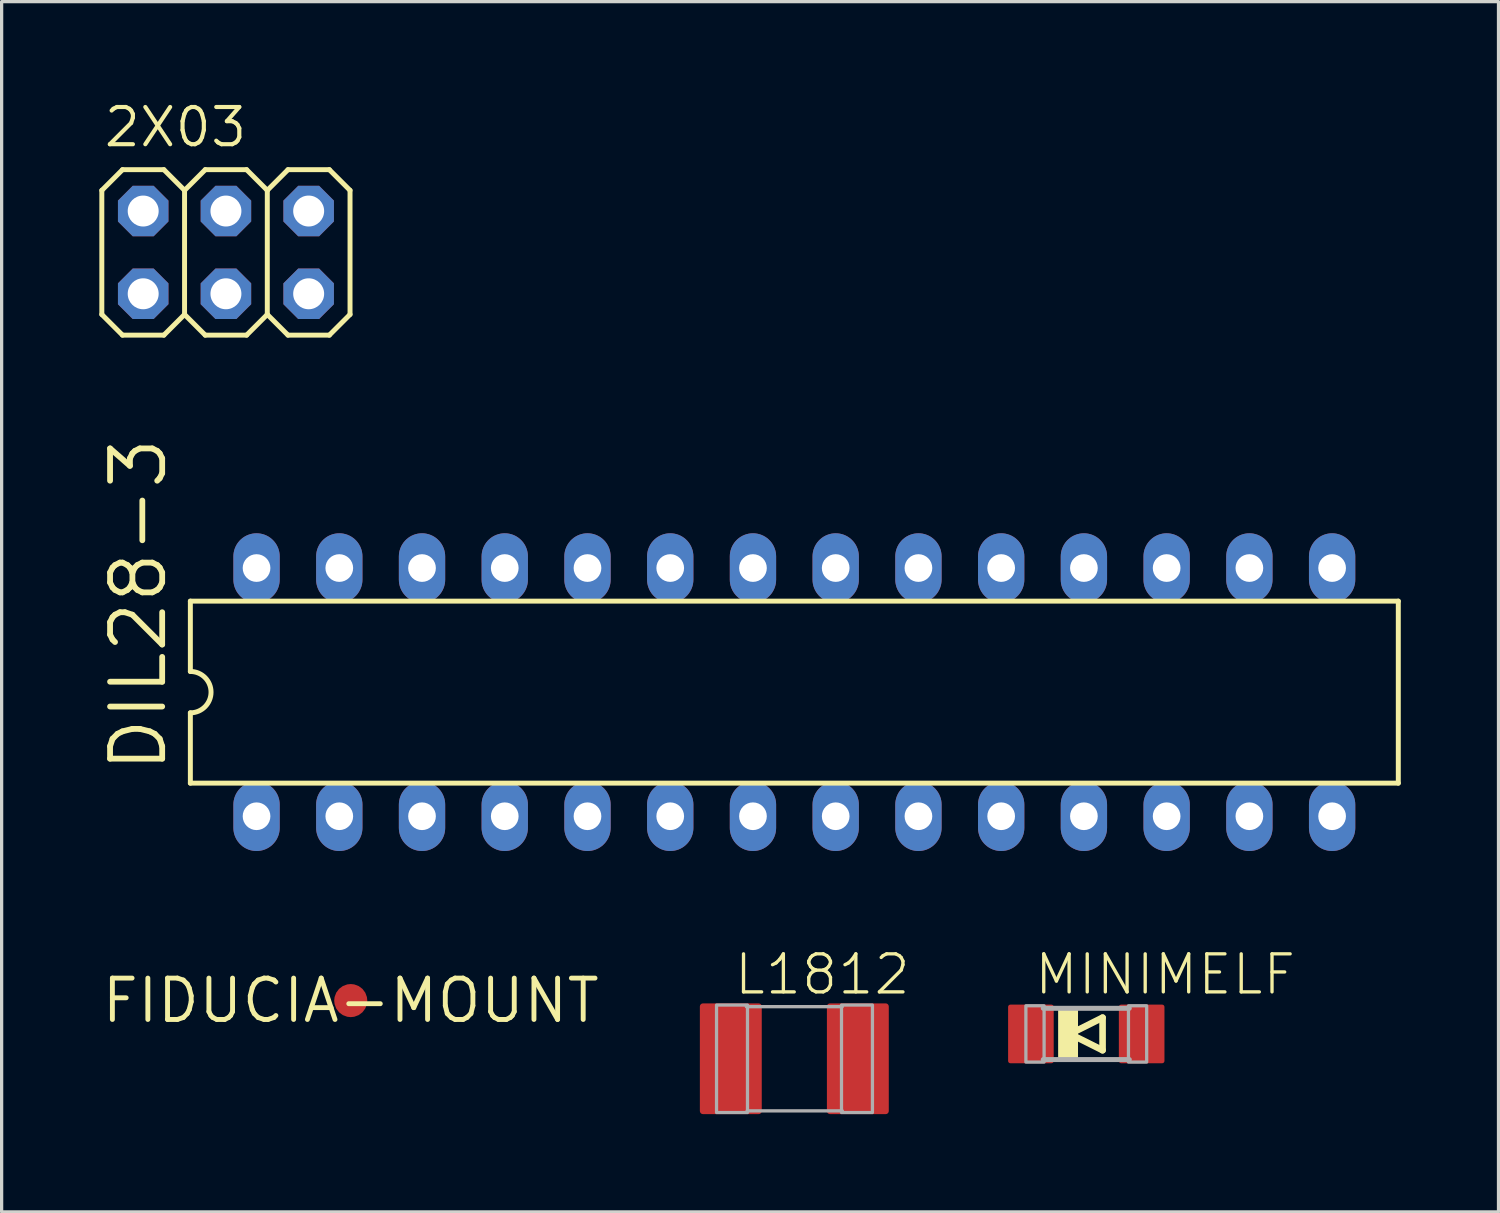
<source format=kicad_pcb>
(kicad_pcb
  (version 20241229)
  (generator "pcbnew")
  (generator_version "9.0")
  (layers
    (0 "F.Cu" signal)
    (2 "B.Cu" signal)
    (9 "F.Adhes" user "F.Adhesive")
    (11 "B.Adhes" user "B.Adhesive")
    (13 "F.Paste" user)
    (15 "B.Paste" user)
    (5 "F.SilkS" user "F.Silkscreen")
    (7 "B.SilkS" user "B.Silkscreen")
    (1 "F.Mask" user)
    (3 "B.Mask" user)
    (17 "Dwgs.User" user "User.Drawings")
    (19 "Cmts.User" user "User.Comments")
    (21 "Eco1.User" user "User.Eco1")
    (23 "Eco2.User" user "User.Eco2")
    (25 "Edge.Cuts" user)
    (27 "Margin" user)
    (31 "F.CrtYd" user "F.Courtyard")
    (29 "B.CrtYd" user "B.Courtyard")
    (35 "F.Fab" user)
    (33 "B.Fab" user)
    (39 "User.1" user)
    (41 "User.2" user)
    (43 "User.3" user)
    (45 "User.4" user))
  (footprint "FIDUCIA-MOUNT"
    (layer "F.Cu")
    (at 7.718 27.668)
    (property "Reference" "FIDUCIA-MOUNT" (at 0 0 0) (layer "F.SilkS") (effects (font (size 1.27 1.27) (thickness 0.15))))
    (fp_circle (center 0 0) (end 0.5 0) (stroke (width 2.184) (type solid)) (fill no) (layer "F.Mask"))
    (pad "P$1" smd roundrect (at 0 0) (size 1.016 1.016) (layers "F.Cu" "F.Mask" "F.Paste") (roundrect_rratio 0.5))
    (zone (net_name "") (layer "F.Cu") (hatch edge 0.5) (connect_pads) (min_thickness 0.25) (filled_areas_thickness no) (keepout (tracks not_allowed) (vias not_allowed) (pads not_allowed) (copperpour not_allowed) (footprints allowed)) (placement (enabled no)) (fill) (polygon (pts (xy 9.281 27.668) (xy 9.261 27.418) (xy 9.201 27.173) (xy 9.102 26.942) (xy 8.968 26.729) (xy 8.801 26.541) (xy 8.606 26.382) (xy 8.388 26.256) (xy 8.153 26.167) (xy 7.906 26.116) (xy 7.655 26.106) (xy 7.405 26.136) (xy 7.164 26.206) (xy 6.936 26.314) (xy 6.729 26.457) (xy 6.548 26.632) (xy 6.397 26.833) (xy 6.28 27.056) (xy 6.2 27.294) (xy 6.16 27.543) (xy 6.16 27.794) (xy 6.2 28.043) (xy 6.28 28.281) (xy 6.397 28.504) (xy 6.548 28.705) (xy 6.729 28.879) (xy 6.936 29.022) (xy 7.164 29.13) (xy 7.405 29.2) (xy 7.655 29.231) (xy 7.906 29.22) (xy 8.153 29.17) (xy 8.388 29.081) (xy 8.606 28.955) (xy 8.801 28.796) (xy 8.968 28.608) (xy 9.102 28.395) (xy 9.201 28.163) (xy 9.261 27.919))) (polygon (pts (xy 9.154 27.668) (xy 9.135 27.432) (xy 9.077 27.202) (xy 8.981 26.985) (xy 8.852 26.786) (xy 8.691 26.611) (xy 8.504 26.466) (xy 8.295 26.353) (xy 8.071 26.276) (xy 7.837 26.237) (xy 7.599 26.237) (xy 7.365 26.276) (xy 7.141 26.353) (xy 6.932 26.466) (xy 6.745 26.611) (xy 6.584 26.786) (xy 6.455 26.985) (xy 6.359 27.202) (xy 6.301 27.432) (xy 6.281 27.668) (xy 6.301 27.905) (xy 6.359 28.135) (xy 6.455 28.352) (xy 6.584 28.551) (xy 6.745 28.725) (xy 6.932 28.871) (xy 7.141 28.984) (xy 7.365 29.061) (xy 7.599 29.1) (xy 7.837 29.1) (xy 8.071 29.061) (xy 8.295 28.984) (xy 8.504 28.871) (xy 8.691 28.725) (xy 8.852 28.551) (xy 8.981 28.352) (xy 9.077 28.135) (xy 9.135 27.905)))))
  (footprint "MINIMELF"
    (layer "F.Cu")
    (at 30.299 28.692)
    (property "Reference" "MINIMELF" (at -1.651 -1.143 0) (unlocked yes) (layer "F.SilkS") (effects (font (size 1.168 1.168) (thickness 0.102)) (justify left bottom)))
    (fp_line (start -0.5 0) (end 0.5 0.5) (stroke (width 0.203) (type solid)) (layer "F.SilkS"))
    (fp_line (start 0.5 -0.5) (end -0.5 0) (stroke (width 0.203) (type solid)) (layer "F.SilkS"))
    (fp_line (start 0.5 0.5) (end 0.5 -0.5) (stroke (width 0.203) (type solid)) (layer "F.SilkS"))
    (fp_poly (pts (xy -0.864 0.787) (xy -0.254 0.787) (xy -0.254 -0.787) (xy -0.864 -0.787)) (stroke (width 0) (type default)) (fill yes) (layer "F.SilkS"))
    (fp_line (start 1.321 -0.787) (end -1.321 -0.787) (stroke (width 0.152) (type solid)) (layer "F.Fab"))
    (fp_line (start 1.321 0.787) (end -1.321 0.787) (stroke (width 0.152) (type solid)) (layer "F.Fab"))
    (fp_poly (pts (xy -1.854 0.864) (xy -1.295 0.864) (xy -1.295 -0.864) (xy -1.854 -0.864)) (stroke (width 0.1) (type default)) (fill no) (layer "F.Fab"))
    (fp_poly (pts (xy 1.295 0.864) (xy 1.854 0.864) (xy 1.854 -0.864) (xy 1.295 -0.864)) (stroke (width 0.1) (type default)) (fill no) (layer "F.Fab"))
    (pad "A" smd roundrect (at 1.7 0) (size 1.4 1.8) (layers "F.Cu" "F.Mask" "F.Paste") (roundrect_rratio 0.05))
    (pad "C" smd roundrect (at -1.7 0) (size 1.4 1.8) (layers "F.Cu" "F.Mask" "F.Paste") (roundrect_rratio 0.05)))
  (footprint "L1812"
    (layer "F.Cu")
    (at 21.336 29.454)
    (property "Reference" "L1812" (at -1.905 -1.905 0) (unlocked yes) (layer "F.SilkS") (effects (font (size 1.168 1.168) (thickness 0.102)) (justify left bottom)))
    (fp_line (start -1.473 -1.6) (end 1.473 -1.6) (stroke (width 0.102) (type solid)) (layer "F.Fab"))
    (fp_line (start -1.448 1.6) (end 1.473 1.6) (stroke (width 0.102) (type solid)) (layer "F.Fab"))
    (fp_poly (pts (xy -2.388 1.651) (xy -1.438 1.651) (xy -1.438 -1.649) (xy -2.388 -1.649)) (stroke (width 0.1) (type default)) (fill no) (layer "F.Fab"))
    (fp_poly (pts (xy 1.448 1.651) (xy 2.398 1.651) (xy 2.398 -1.649) (xy 1.448 -1.649)) (stroke (width 0.1) (type default)) (fill no) (layer "F.Fab"))
    (pad "1" smd roundrect (at -1.95 0) (size 1.9 3.4) (layers "F.Cu" "F.Mask" "F.Paste") (roundrect_rratio 0.05))
    (pad "2" smd roundrect (at 1.95 0) (size 1.9 3.4) (layers "F.Cu" "F.Mask" "F.Paste") (roundrect_rratio 0.05)))
  (footprint "DIL28-3"
    (layer "F.Cu")
    (at 21.336 18.199)
    (property "Reference" "DIL28-3" (at -19.202 2.54 90) (unlocked yes) (layer "F.SilkS") (effects (font (size 1.6 1.6) (thickness 0.178)) (justify left bottom)))
    (fp_line (start -18.542 -2.794) (end -18.542 -0.635) (stroke (width 0.152) (type solid)) (layer "F.SilkS"))
    (fp_line (start -18.542 -2.794) (end 18.542 -2.794) (stroke (width 0.152) (type solid)) (layer "F.SilkS"))
    (fp_line (start -18.542 0.635) (end -18.542 2.794) (stroke (width 0.152) (type solid)) (layer "F.SilkS"))
    (fp_line (start -18.542 2.794) (end 18.542 2.794) (stroke (width 0.152) (type solid)) (layer "F.SilkS"))
    (fp_line (start 18.542 -2.794) (end 18.542 2.794) (stroke (width 0.152) (type solid)) (layer "F.SilkS"))
    (fp_arc (start -18.542 -0.635) (mid -17.907 0) (end -18.542 0.635) (stroke (width 0.1524) (type solid)) (layer "F.SilkS"))
    (pad "1" thru_hole oval (at -16.51 3.81 90) (size 2.134 1.422) (drill 0.85) (layers "*.Cu" "*.Mask"))
    (pad "2" thru_hole oval (at -13.97 3.81 90) (size 2.134 1.422) (drill 0.85) (layers "*.Cu" "*.Mask"))
    (pad "3" thru_hole oval (at -11.43 3.81 90) (size 2.134 1.422) (drill 0.85) (layers "*.Cu" "*.Mask"))
    (pad "4" thru_hole oval (at -8.89 3.81 90) (size 2.134 1.422) (drill 0.85) (layers "*.Cu" "*.Mask"))
    (pad "5" thru_hole oval (at -6.35 3.81 90) (size 2.134 1.422) (drill 0.85) (layers "*.Cu" "*.Mask"))
    (pad "6" thru_hole oval (at -3.81 3.81 90) (size 2.134 1.422) (drill 0.85) (layers "*.Cu" "*.Mask"))
    (pad "7" thru_hole oval (at -1.27 3.81 90) (size 2.134 1.422) (drill 0.85) (layers "*.Cu" "*.Mask"))
    (pad "8" thru_hole oval (at 1.27 3.81 90) (size 2.134 1.422) (drill 0.85) (layers "*.Cu" "*.Mask"))
    (pad "9" thru_hole oval (at 3.81 3.81 90) (size 2.134 1.422) (drill 0.85) (layers "*.Cu" "*.Mask"))
    (pad "10" thru_hole oval (at 6.35 3.81 90) (size 2.134 1.422) (drill 0.85) (layers "*.Cu" "*.Mask"))
    (pad "11" thru_hole oval (at 8.89 3.81 90) (size 2.134 1.422) (drill 0.85) (layers "*.Cu" "*.Mask"))
    (pad "12" thru_hole oval (at 11.43 3.81 90) (size 2.134 1.422) (drill 0.85) (layers "*.Cu" "*.Mask"))
    (pad "13" thru_hole oval (at 13.97 3.81 90) (size 2.134 1.422) (drill 0.85) (layers "*.Cu" "*.Mask"))
    (pad "14" thru_hole oval (at 16.51 3.81 90) (size 2.134 1.422) (drill 0.85) (layers "*.Cu" "*.Mask"))
    (pad "15" thru_hole oval (at 16.51 -3.81 90) (size 2.134 1.422) (drill 0.85) (layers "*.Cu" "*.Mask"))
    (pad "16" thru_hole oval (at 13.97 -3.81 90) (size 2.134 1.422) (drill 0.85) (layers "*.Cu" "*.Mask"))
    (pad "17" thru_hole oval (at 11.43 -3.81 90) (size 2.134 1.422) (drill 0.85) (layers "*.Cu" "*.Mask"))
    (pad "18" thru_hole oval (at 8.89 -3.81 90) (size 2.134 1.422) (drill 0.85) (layers "*.Cu" "*.Mask"))
    (pad "19" thru_hole oval (at 6.35 -3.81 90) (size 2.134 1.422) (drill 0.85) (layers "*.Cu" "*.Mask"))
    (pad "20" thru_hole oval (at 3.81 -3.81 90) (size 2.134 1.422) (drill 0.85) (layers "*.Cu" "*.Mask"))
    (pad "21" thru_hole oval (at 1.27 -3.81 90) (size 2.134 1.422) (drill 0.85) (layers "*.Cu" "*.Mask"))
    (pad "22" thru_hole oval (at -1.27 -3.81 90) (size 2.134 1.422) (drill 0.85) (layers "*.Cu" "*.Mask"))
    (pad "23" thru_hole oval (at -3.81 -3.81 90) (size 2.134 1.422) (drill 0.85) (layers "*.Cu" "*.Mask"))
    (pad "24" thru_hole oval (at -6.35 -3.81 90) (size 2.134 1.422) (drill 0.85) (layers "*.Cu" "*.Mask"))
    (pad "25" thru_hole oval (at -8.89 -3.81 90) (size 2.134 1.422) (drill 0.85) (layers "*.Cu" "*.Mask"))
    (pad "26" thru_hole oval (at -11.43 -3.81 90) (size 2.134 1.422) (drill 0.85) (layers "*.Cu" "*.Mask"))
    (pad "27" thru_hole oval (at -13.97 -3.81 90) (size 2.134 1.422) (drill 0.85) (layers "*.Cu" "*.Mask"))
    (pad "28" thru_hole oval (at -16.51 -3.81 90) (size 2.134 1.422) (drill 0.85) (layers "*.Cu" "*.Mask")))
  (footprint "2X03"
    (layer "F.Cu")
    (at 3.886 4.699)
    (property "Reference" "2X03" (at -3.81 -3.175 0) (unlocked yes) (layer "F.SilkS") (effects (font (size 1.143 1.143) (thickness 0.127)) (justify left bottom)))
    (fp_line (start -3.81 -1.905) (end -3.175 -2.54) (stroke (width 0.152) (type solid)) (layer "F.SilkS"))
    (fp_line (start -3.81 1.905) (end -3.81 -1.905) (stroke (width 0.152) (type solid)) (layer "F.SilkS"))
    (fp_line (start -3.81 1.905) (end -3.175 2.54) (stroke (width 0.152) (type solid)) (layer "F.SilkS"))
    (fp_line (start -3.175 -2.54) (end -1.905 -2.54) (stroke (width 0.152) (type solid)) (layer "F.SilkS"))
    (fp_line (start -3.175 2.54) (end -1.905 2.54) (stroke (width 0.152) (type solid)) (layer "F.SilkS"))
    (fp_line (start -1.905 -2.54) (end -1.27 -1.905) (stroke (width 0.152) (type solid)) (layer "F.SilkS"))
    (fp_line (start -1.905 2.54) (end -1.27 1.905) (stroke (width 0.152) (type solid)) (layer "F.SilkS"))
    (fp_line (start -1.27 -1.905) (end -1.27 1.905) (stroke (width 0.152) (type solid)) (layer "F.SilkS"))
    (fp_line (start -1.27 -1.905) (end -0.635 -2.54) (stroke (width 0.152) (type solid)) (layer "F.SilkS"))
    (fp_line (start -1.27 1.905) (end -0.635 2.54) (stroke (width 0.152) (type solid)) (layer "F.SilkS"))
    (fp_line (start -0.635 -2.54) (end 0.635 -2.54) (stroke (width 0.152) (type solid)) (layer "F.SilkS"))
    (fp_line (start -0.635 2.54) (end 0.635 2.54) (stroke (width 0.152) (type solid)) (layer "F.SilkS"))
    (fp_line (start 0.635 -2.54) (end 1.27 -1.905) (stroke (width 0.152) (type solid)) (layer "F.SilkS"))
    (fp_line (start 0.635 2.54) (end 1.27 1.905) (stroke (width 0.152) (type solid)) (layer "F.SilkS"))
    (fp_line (start 1.27 -1.905) (end 1.27 1.905) (stroke (width 0.152) (type solid)) (layer "F.SilkS"))
    (fp_line (start 1.27 -1.905) (end 1.905 -2.54) (stroke (width 0.152) (type solid)) (layer "F.SilkS"))
    (fp_line (start 1.27 1.905) (end 1.905 2.54) (stroke (width 0.152) (type solid)) (layer "F.SilkS"))
    (fp_line (start 1.905 -2.54) (end 3.175 -2.54) (stroke (width 0.152) (type solid)) (layer "F.SilkS"))
    (fp_line (start 1.905 2.54) (end 3.175 2.54) (stroke (width 0.152) (type solid)) (layer "F.SilkS"))
    (fp_line (start 3.175 -2.54) (end 3.81 -1.905) (stroke (width 0.152) (type solid)) (layer "F.SilkS"))
    (fp_line (start 3.175 2.54) (end 3.81 1.905) (stroke (width 0.152) (type solid)) (layer "F.SilkS"))
    (fp_line (start 3.81 -1.905) (end 3.81 1.905) (stroke (width 0.152) (type solid)) (layer "F.SilkS"))
    (fp_poly (pts (xy -2.794 -1.016) (xy -2.286 -1.016) (xy -2.286 -1.524) (xy -2.794 -1.524)) (stroke (width 0.1) (type default)) (fill no) (layer "F.Fab"))
    (fp_poly (pts (xy -2.794 1.524) (xy -2.286 1.524) (xy -2.286 1.016) (xy -2.794 1.016)) (stroke (width 0.1) (type default)) (fill no) (layer "F.Fab"))
    (fp_poly (pts (xy -0.254 -1.016) (xy 0.254 -1.016) (xy 0.254 -1.524) (xy -0.254 -1.524)) (stroke (width 0.1) (type default)) (fill no) (layer "F.Fab"))
    (fp_poly (pts (xy -0.254 1.524) (xy 0.254 1.524) (xy 0.254 1.016) (xy -0.254 1.016)) (stroke (width 0.1) (type default)) (fill no) (layer "F.Fab"))
    (fp_poly (pts (xy 2.286 -1.016) (xy 2.794 -1.016) (xy 2.794 -1.524) (xy 2.286 -1.524)) (stroke (width 0.1) (type default)) (fill no) (layer "F.Fab"))
    (fp_poly (pts (xy 2.286 1.524) (xy 2.794 1.524) (xy 2.794 1.016) (xy 2.286 1.016)) (stroke (width 0.1) (type default)) (fill no) (layer "F.Fab"))
    (pad "1" thru_hole roundrect (at -2.54 1.27) (size 1.55 1.55) (drill 0.95) (layers "*.Cu" "*.Mask") (roundrect_rratio 0.25) (chamfer_ratio 0.293) (chamfer top_left top_right bottom_left bottom_right))
    (pad "2" thru_hole roundrect (at -2.54 -1.27) (size 1.55 1.55) (drill 0.95) (layers "*.Cu" "*.Mask") (roundrect_rratio 0.25) (chamfer_ratio 0.293) (chamfer top_left top_right bottom_left bottom_right))
    (pad "3" thru_hole roundrect (at 0 1.27) (size 1.55 1.55) (drill 0.95) (layers "*.Cu" "*.Mask") (roundrect_rratio 0.25) (chamfer_ratio 0.293) (chamfer top_left top_right bottom_left bottom_right))
    (pad "4" thru_hole roundrect (at 0 -1.27) (size 1.55 1.55) (drill 0.95) (layers "*.Cu" "*.Mask") (roundrect_rratio 0.25) (chamfer_ratio 0.293) (chamfer top_left top_right bottom_left bottom_right))
    (pad "5" thru_hole roundrect (at 2.54 1.27) (size 1.55 1.55) (drill 0.95) (layers "*.Cu" "*.Mask") (roundrect_rratio 0.25) (chamfer_ratio 0.293) (chamfer top_left top_right bottom_left bottom_right))
    (pad "6" thru_hole roundrect (at 2.54 -1.27) (size 1.55 1.55) (drill 0.95) (layers "*.Cu" "*.Mask") (roundrect_rratio 0.25) (chamfer_ratio 0.293) (chamfer top_left top_right bottom_left bottom_right)))
  (gr_rect
    (start -3 -3)
    (end 42.954 34.155)
    (stroke (width 0.1) (type default))
    (fill no)
    (layer "Edge.Cuts")))
</source>
